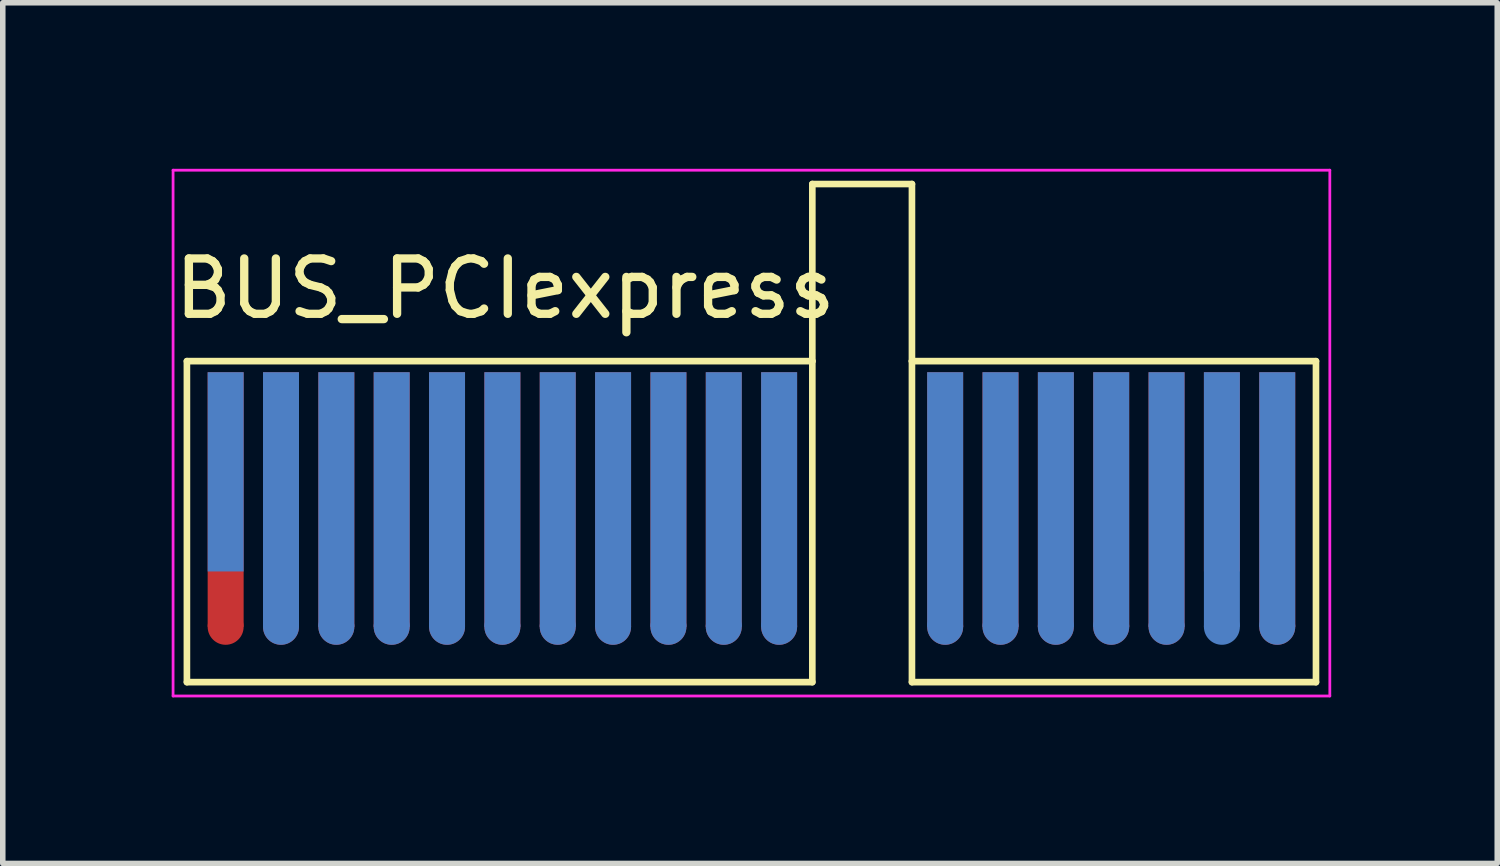
<source format=kicad_pcb>
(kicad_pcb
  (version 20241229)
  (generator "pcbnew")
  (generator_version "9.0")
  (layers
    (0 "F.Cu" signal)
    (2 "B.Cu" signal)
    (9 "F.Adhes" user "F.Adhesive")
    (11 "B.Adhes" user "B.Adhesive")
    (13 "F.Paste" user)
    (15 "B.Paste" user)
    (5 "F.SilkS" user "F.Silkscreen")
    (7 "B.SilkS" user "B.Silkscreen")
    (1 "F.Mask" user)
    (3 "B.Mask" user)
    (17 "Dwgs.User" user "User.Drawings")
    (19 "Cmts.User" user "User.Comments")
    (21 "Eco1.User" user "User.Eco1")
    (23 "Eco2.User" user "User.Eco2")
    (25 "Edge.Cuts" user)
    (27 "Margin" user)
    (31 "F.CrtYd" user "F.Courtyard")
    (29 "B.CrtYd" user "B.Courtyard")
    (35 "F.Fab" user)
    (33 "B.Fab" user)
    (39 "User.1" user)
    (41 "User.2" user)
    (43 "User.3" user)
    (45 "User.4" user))
  (footprint "BUS_PCIexpress"
    (layer "F.Cu")
    (at 1.027 5.475)
    (property "Reference" "BUS_PCIexpress" (at 5.05 -3.31 0) (layer "F.SilkS") (effects (font (size 1 1) (thickness 0.15))))
    (attr exclude_from_pos_files exclude_from_bom)
    (fp_line (start -0.7 -2) (end 10.6 -2) (stroke (width 0.12) (type solid)) (layer "F.SilkS"))
    (fp_line (start -0.7 3.8) (end -0.7 -2) (stroke (width 0.12) (type solid)) (layer "F.SilkS"))
    (fp_line (start 10.6 -5.2) (end 12.4 -5.2) (stroke (width 0.12) (type solid)) (layer "F.SilkS"))
    (fp_line (start 10.6 -2) (end 10.6 -5.2) (stroke (width 0.12) (type solid)) (layer "F.SilkS"))
    (fp_line (start 10.6 -2) (end 10.6 3.8) (stroke (width 0.12) (type solid)) (layer "F.SilkS"))
    (fp_line (start 10.6 3.8) (end -0.7 3.8) (stroke (width 0.12) (type solid)) (layer "F.SilkS"))
    (fp_line (start 12.4 -5.2) (end 12.4 -2) (stroke (width 0.12) (type solid)) (layer "F.SilkS"))
    (fp_line (start 12.4 -2) (end 12.4 3.8) (stroke (width 0.12) (type solid)) (layer "F.SilkS"))
    (fp_line (start 12.4 3.8) (end 19.7 3.8) (stroke (width 0.12) (type solid)) (layer "F.SilkS"))
    (fp_line (start 19.7 -2) (end 12.4 -2) (stroke (width 0.12) (type solid)) (layer "F.SilkS"))
    (fp_line (start 19.7 -2) (end 19.7 3.8) (stroke (width 0.12) (type solid)) (layer "F.SilkS"))
    (fp_line (start -0.95 -5.45) (end -0.95 4.05) (stroke (width 0.05) (type solid)) (layer "F.CrtYd"))
    (fp_line (start -0.95 -5.45) (end 19.95 -5.45) (stroke (width 0.05) (type solid)) (layer "F.CrtYd"))
    (fp_line (start 19.95 4.05) (end -0.95 4.05) (stroke (width 0.05) (type solid)) (layer "F.CrtYd"))
    (fp_line (start 19.95 4.05) (end 19.95 -5.45) (stroke (width 0.05) (type solid)) (layer "F.CrtYd"))
    (pad "" connect circle (at 0 2.8) (size 0.65 0.65) (layers "F.Cu" "F.Mask"))
    (pad "" connect circle (at 1 2.8) (size 0.65 0.65) (layers "F.Cu" "F.Mask"))
    (pad "" connect oval (at 1 2.8 90) (size 0.65 0.65) (layers "B.Cu" "B.Mask"))
    (pad "" connect circle (at 2 2.8) (size 0.65 0.65) (layers "F.Cu" "F.Mask"))
    (pad "" connect oval (at 2 2.8 90) (size 0.65 0.65) (layers "B.Cu" "B.Mask"))
    (pad "" connect circle (at 3 2.8) (size 0.65 0.65) (layers "F.Cu" "F.Mask"))
    (pad "" connect oval (at 3 2.8 90) (size 0.65 0.65) (layers "B.Cu" "B.Mask"))
    (pad "" connect circle (at 4 2.8) (size 0.65 0.65) (layers "F.Cu" "F.Mask"))
    (pad "" connect oval (at 4 2.8 90) (size 0.65 0.65) (layers "B.Cu" "B.Mask"))
    (pad "" connect circle (at 5 2.8) (size 0.65 0.65) (layers "F.Cu" "F.Mask"))
    (pad "" connect oval (at 5 2.8 90) (size 0.65 0.65) (layers "B.Cu" "B.Mask"))
    (pad "" connect circle (at 6 2.8) (size 0.65 0.65) (layers "F.Cu" "F.Mask"))
    (pad "" connect oval (at 6 2.8 90) (size 0.65 0.65) (layers "B.Cu" "B.Mask"))
    (pad "" connect circle (at 7 2.8) (size 0.65 0.65) (layers "F.Cu" "F.Mask"))
    (pad "" connect oval (at 7 2.8 90) (size 0.65 0.65) (layers "B.Cu" "B.Mask"))
    (pad "" connect circle (at 8 2.8) (size 0.65 0.65) (layers "F.Cu" "F.Mask"))
    (pad "" connect oval (at 8 2.8 90) (size 0.65 0.65) (layers "B.Cu" "B.Mask"))
    (pad "" connect circle (at 9 2.8) (size 0.65 0.65) (layers "F.Cu" "F.Mask"))
    (pad "" connect oval (at 9 2.8 90) (size 0.65 0.65) (layers "B.Cu" "B.Mask"))
    (pad "" connect circle (at 10 2.8) (size 0.65 0.65) (layers "F.Cu" "F.Mask"))
    (pad "" connect oval (at 10 2.8 90) (size 0.65 0.65) (layers "B.Cu" "B.Mask"))
    (pad "" connect circle (at 13 2.8) (size 0.65 0.65) (layers "F.Cu" "F.Mask"))
    (pad "" connect oval (at 13 2.8 90) (size 0.65 0.65) (layers "B.Cu" "B.Mask"))
    (pad "" connect circle (at 14 2.8) (size 0.65 0.65) (layers "F.Cu" "F.Mask"))
    (pad "" connect oval (at 14 2.8 90) (size 0.65 0.65) (layers "B.Cu" "B.Mask"))
    (pad "" connect circle (at 15 2.8) (size 0.65 0.65) (layers "F.Cu" "F.Mask"))
    (pad "" connect oval (at 15 2.8 90) (size 0.65 0.65) (layers "B.Cu" "B.Mask"))
    (pad "" connect circle (at 16 2.8) (size 0.65 0.65) (layers "F.Cu" "F.Mask"))
    (pad "" connect oval (at 16 2.8 90) (size 0.65 0.65) (layers "B.Cu" "B.Mask"))
    (pad "" connect circle (at 17 2.8) (size 0.65 0.65) (layers "F.Cu" "F.Mask"))
    (pad "" connect oval (at 17 2.8 90) (size 0.65 0.65) (layers "B.Cu" "B.Mask"))
    (pad "" connect oval (at 18 2.8 90) (size 0.65 0.65) (layers "B.Cu" "B.Mask"))
    (pad "" connect circle (at 19 2.8) (size 0.65 0.65) (layers "F.Cu" "F.Mask"))
    (pad "" connect oval (at 19 2.8 90) (size 0.65 0.65) (layers "B.Cu" "B.Mask"))
    (pad "A1" connect rect (at 0 0) (size 0.65 3.6) (layers "B.Cu" "B.Mask"))
    (pad "A2" connect rect (at 1 0.5) (size 0.65 4.6) (layers "B.Cu" "B.Mask"))
    (pad "A3" connect rect (at 2 0.5) (size 0.65 4.6) (layers "B.Cu" "B.Mask"))
    (pad "A4" connect rect (at 3 0.5) (size 0.65 4.6) (layers "B.Cu" "B.Mask"))
    (pad "A5" connect rect (at 4 0.5) (size 0.65 4.6) (layers "B.Cu" "B.Mask"))
    (pad "A6" connect rect (at 5 0.5) (size 0.65 4.6) (layers "B.Cu" "B.Mask"))
    (pad "A7" connect rect (at 6 0.5) (size 0.65 4.6) (layers "B.Cu" "B.Mask"))
    (pad "A8" connect rect (at 7 0.5) (size 0.65 4.6) (layers "B.Cu" "B.Mask"))
    (pad "A9" connect rect (at 8 0.5) (size 0.65 4.6) (layers "B.Cu" "B.Mask"))
    (pad "A10" connect rect (at 9 0.5) (size 0.65 4.6) (layers "B.Cu" "B.Mask"))
    (pad "A11" connect rect (at 10 0.5) (size 0.65 4.6) (layers "B.Cu" "B.Mask"))
    (pad "A12" connect rect (at 13 0.5) (size 0.65 4.6) (layers "B.Cu" "B.Mask"))
    (pad "A13" connect rect (at 14 0.5) (size 0.65 4.6) (layers "B.Cu" "B.Mask"))
    (pad "A14" connect rect (at 15 0.5) (size 0.65 4.6) (layers "B.Cu" "B.Mask"))
    (pad "A15" connect rect (at 16 0.5) (size 0.65 4.6) (layers "B.Cu" "B.Mask"))
    (pad "A16" connect rect (at 17 0.5) (size 0.65 4.6) (layers "B.Cu" "B.Mask"))
    (pad "A17" connect rect (at 18 0.5) (size 0.65 4.6) (layers "B.Cu" "B.Mask"))
    (pad "A18" connect rect (at 19 0.5) (size 0.65 4.6) (layers "B.Cu" "B.Mask"))
    (pad "B1" connect rect (at 0 0.5) (size 0.65 4.6) (layers "F.Cu" "F.Mask"))
    (pad "B2" connect rect (at 1 0.5) (size 0.65 4.6) (layers "F.Cu" "F.Mask"))
    (pad "B3" connect rect (at 2 0.5) (size 0.65 4.6) (layers "F.Cu" "F.Mask"))
    (pad "B4" connect rect (at 3 0.5) (size 0.65 4.6) (layers "F.Cu" "F.Mask"))
    (pad "B5" connect rect (at 4 0.5) (size 0.65 4.6) (layers "F.Cu" "F.Mask"))
    (pad "B6" connect rect (at 5 0.5) (size 0.65 4.6) (layers "F.Cu" "F.Mask"))
    (pad "B7" connect rect (at 6 0.5) (size 0.65 4.6) (layers "F.Cu" "F.Mask"))
    (pad "B8" connect rect (at 7 0.5) (size 0.65 4.6) (layers "F.Cu" "F.Mask"))
    (pad "B9" connect rect (at 8 0.5) (size 0.65 4.6) (layers "F.Cu" "F.Mask"))
    (pad "B10" connect rect (at 9 0.5) (size 0.65 4.6) (layers "F.Cu" "F.Mask"))
    (pad "B11" connect rect (at 10 0.5) (size 0.65 4.6) (layers "F.Cu" "F.Mask"))
    (pad "B12" connect rect (at 13 0.5) (size 0.65 4.6) (layers "F.Cu" "F.Mask"))
    (pad "B13" connect rect (at 14 0.5) (size 0.65 4.6) (layers "F.Cu" "F.Mask"))
    (pad "B14" connect rect (at 15 0.5) (size 0.65 4.6) (layers "F.Cu" "F.Mask"))
    (pad "B15" connect rect (at 16 0.5) (size 0.65 4.6) (layers "F.Cu" "F.Mask"))
    (pad "B16" connect rect (at 17 0.5) (size 0.65 4.6) (layers "F.Cu" "F.Mask"))
    (pad "B17" connect rect (at 18 0) (size 0.65 3.6) (layers "F.Cu" "F.Mask"))
    (pad "B18" connect rect (at 19 0.5) (size 0.65 4.6) (layers "F.Cu" "F.Mask")))
  (gr_rect
    (start -3 -3)
    (end 24.002 12.55)
    (stroke (width 0.1) (type default))
    (fill no)
    (layer "Edge.Cuts")))
</source>
